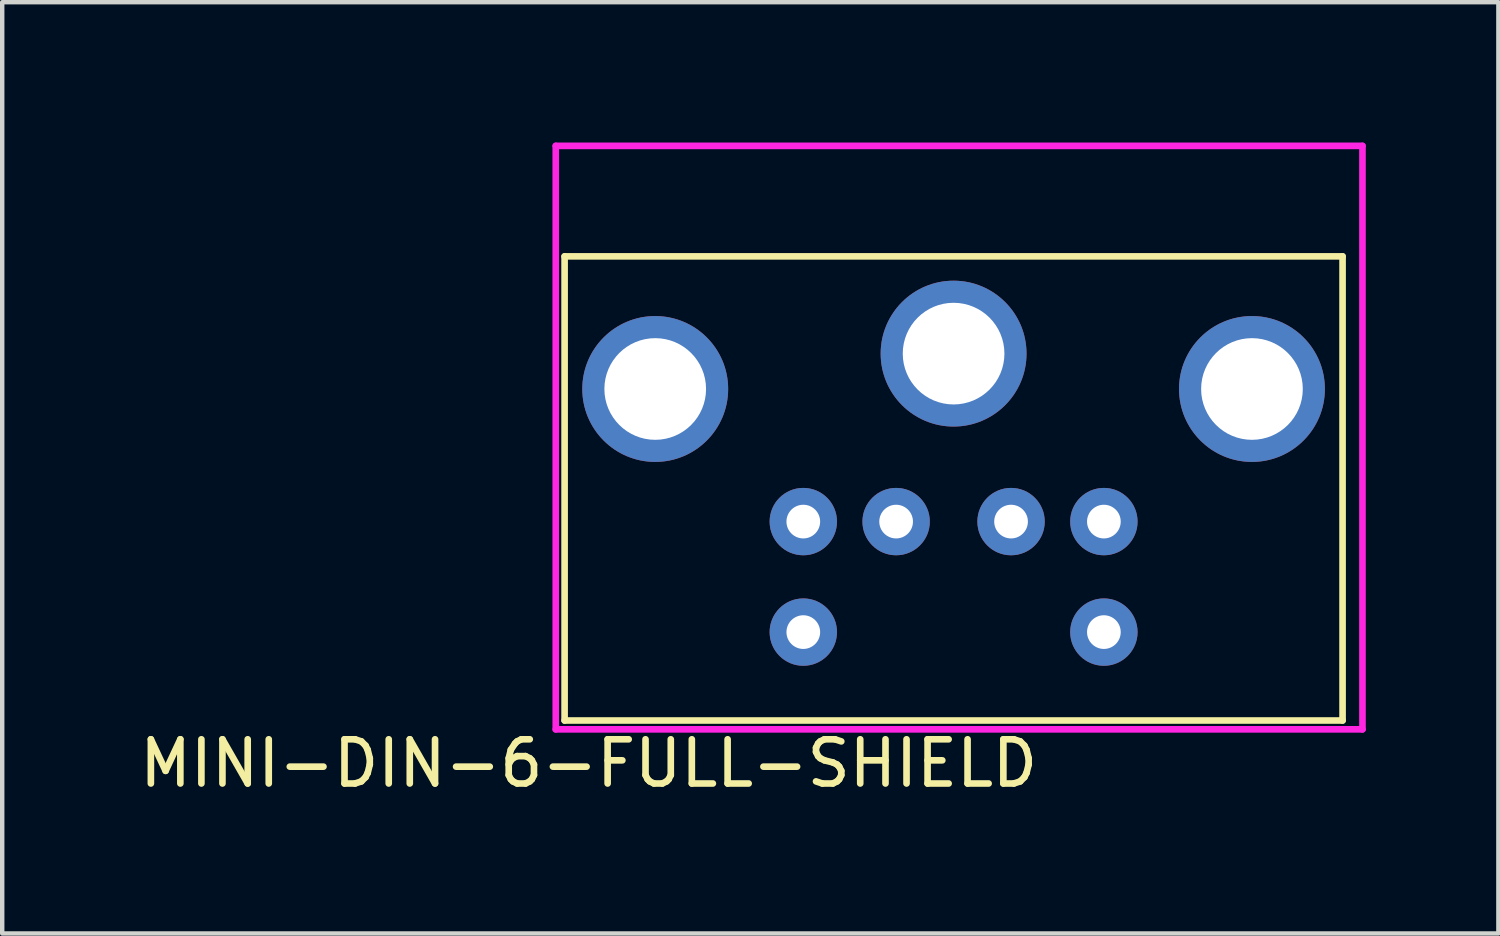
<source format=kicad_pcb>
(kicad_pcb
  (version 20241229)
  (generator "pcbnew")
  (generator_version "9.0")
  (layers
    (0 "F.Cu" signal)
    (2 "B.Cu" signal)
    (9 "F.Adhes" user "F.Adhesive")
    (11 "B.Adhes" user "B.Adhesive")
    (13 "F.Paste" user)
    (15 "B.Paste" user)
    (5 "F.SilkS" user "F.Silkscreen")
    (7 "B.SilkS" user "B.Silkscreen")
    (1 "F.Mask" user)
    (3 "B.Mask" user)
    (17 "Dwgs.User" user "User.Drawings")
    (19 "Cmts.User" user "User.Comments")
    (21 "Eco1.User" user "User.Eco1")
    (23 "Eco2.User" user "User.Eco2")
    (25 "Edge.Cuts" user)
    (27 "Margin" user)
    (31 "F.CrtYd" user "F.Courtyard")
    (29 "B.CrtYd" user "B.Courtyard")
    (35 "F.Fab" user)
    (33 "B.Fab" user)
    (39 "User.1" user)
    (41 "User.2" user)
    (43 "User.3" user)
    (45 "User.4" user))
  (footprint "MINI-DIN-6-FULL-SHIELD"
    (layer "F.Cu")
    (at 18.523 0.25)
    (property "Reference" "MINI-DIN-6-FULL-SHIELD" (at -8.255 13.97 0) (layer "F.SilkS") (effects (font (size 1 1) (thickness 0.15))))
    (attr through_hole)
    (fp_line (start -8.8 2.5) (end 8.8 2.5) (stroke (width 0.15) (type solid)) (layer "F.SilkS"))
    (fp_line (start -8.8 13) (end -8.8 2.5) (stroke (width 0.15) (type solid)) (layer "F.SilkS"))
    (fp_line (start 8.8 2.5) (end 8.8 13) (stroke (width 0.15) (type solid)) (layer "F.SilkS"))
    (fp_line (start 8.8 13) (end -8.8 13) (stroke (width 0.15) (type solid)) (layer "F.SilkS"))
    (fp_line (start -9 0) (end 9.25 0) (stroke (width 0.15) (type solid)) (layer "F.CrtYd"))
    (fp_line (start -9 13.2) (end -9 0) (stroke (width 0.15) (type solid)) (layer "F.CrtYd"))
    (fp_line (start 9.25 0) (end 9.25 13.2) (stroke (width 0.15) (type solid)) (layer "F.CrtYd"))
    (fp_line (start 9.25 13.2) (end -9 13.2) (stroke (width 0.15) (type solid)) (layer "F.CrtYd"))
    (pad "1" thru_hole circle (at 3.4 11) (size 1.524 1.524) (drill 0.762) (layers "*.Cu" "*.Mask"))
    (pad "2" thru_hole circle (at -3.4 11) (size 1.524 1.524) (drill 0.762) (layers "*.Cu" "*.Mask"))
    (pad "3" thru_hole circle (at -3.4 8.5) (size 1.524 1.524) (drill 0.762) (layers "*.Cu" "*.Mask"))
    (pad "4" thru_hole circle (at -1.3 8.5) (size 1.524 1.524) (drill 0.762) (layers "*.Cu" "*.Mask"))
    (pad "5" thru_hole circle (at 1.3 8.5) (size 1.524 1.524) (drill 0.762) (layers "*.Cu" "*.Mask"))
    (pad "6" thru_hole circle (at 3.4 8.5) (size 1.524 1.524) (drill 0.762) (layers "*.Cu" "*.Mask"))
    (pad "7" thru_hole circle (at -6.75 5.5) (size 3.3 3.3) (drill 2.3) (layers "*.Cu" "*.Mask"))
    (pad "7" thru_hole circle (at 0 4.7) (size 3.3 3.3) (drill 2.3) (layers "*.Cu" "*.Mask"))
    (pad "7" thru_hole circle (at 6.75 5.5) (size 3.3 3.3) (drill 2.3) (layers "*.Cu" "*.Mask")))
  (gr_rect
    (start -3 -3)
    (end 30.848 18.068)
    (stroke (width 0.1) (type default))
    (fill no)
    (layer "Edge.Cuts")))
</source>
